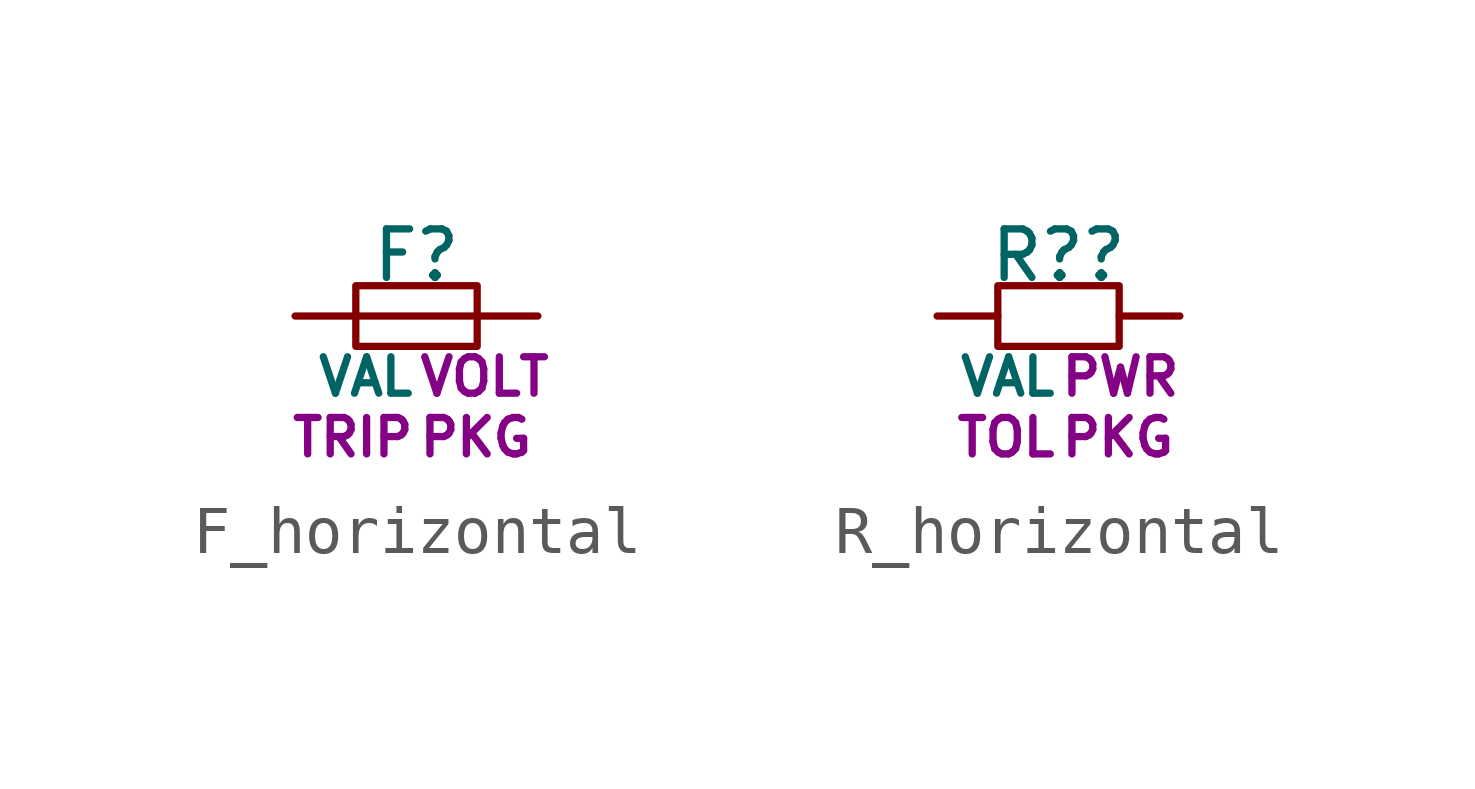
<source format=kicad_sym>
(kicad_symbol_lib
  (version 20231120)
  (generator "kicad_symbol_editor")
  (generator_version "8.0")
  (symbol "F_horizontal"
    (property "Reference" "F"
      (at 0 1.27 0)
      (do_not_autoplace)
      (effects (font (size 1.016 1.016))))
    (property "Value" "VAL"
      (at 0 -1.27 0)
      (do_not_autoplace)
      (effects (font (size 0.762 0.762)) (justify right)))
    (property "Voltage" "VOLT"
      (at 0 -1.27 0)
      (do_not_autoplace)
      (effects (font (size 0.762 0.762)) (justify left)))
    (property "Trip Current" "TRIP"
      (at 0 -2.54 0)
      (do_not_autoplace)
      (effects (font (size 0.762 0.762)) (justify right)))
    (property "Package" "PKG"
      (at 0 -2.54 0)
      (do_not_autoplace)
      (effects (font (size 0.762 0.762)) (justify left)))
    (symbol "F_horizontal_0_1"
      (polyline (pts (xy -1.27 0) (xy 1.27 0)) (stroke (width 0) (type default)) (fill (type none)))
      (polyline (pts (xy -1.27 -0.635) (xy 1.27 -0.635) (xy 1.27 0.635) (xy -1.27 0.635) (xy -1.27 -0.635)) (stroke (width 0) (type default)) (fill (type none))))
    (symbol "F_horizontal_1_1"
      (pin passive line (at -2.54 0 0) (length 1.27) (name "" (effects (font (size 0 0)))) (number "1" (effects (font (size 0 0)))))
      (pin passive line (at 2.54 0 180) (length 1.27) (name "" (effects (font (size 0 0)))) (number "2" (effects (font (size 0 0)))))))
  (symbol "R_horizontal"
    (property "Reference" "R?"
      (at 0 1.27 0)
      (do_not_autoplace)
      (effects (font (size 1.016 1.016))))
    (property "Value" "VAL"
      (at 0 -1.27 0)
      (do_not_autoplace)
      (effects (font (size 0.762 0.762)) (justify right)))
    (property "Tolerance" "TOL"
      (at 0 -2.54 0)
      (do_not_autoplace)
      (effects (font (size 0.762 0.762)) (justify right)))
    (property "Power Rating" "PWR"
      (at 0 -1.27 0)
      (do_not_autoplace)
      (effects (font (size 0.762 0.762)) (justify left)))
    (property "Package" "PKG"
      (at 0 -2.54 0)
      (do_not_autoplace)
      (effects (font (size 0.762 0.762)) (justify left)))
    (symbol "R_horizontal_0_1"
      (polyline (pts (xy -1.27 -0.635) (xy 1.27 -0.635) (xy 1.27 0.635) (xy -1.27 0.635) (xy -1.27 -0.635)) (stroke (width 0) (type default)) (fill (type none))))
    (symbol "R_horizontal_1_1"
      (pin passive line (at -2.54 0 0) (length 1.27) (name "" (effects (font (size 0 0)))) (number "1" (effects (font (size 0 0)))))
      (pin passive line (at 2.54 0 180) (length 1.27) (name "" (effects (font (size 0 0)))) (number "2" (effects (font (size 0 0))))))))
</source>
